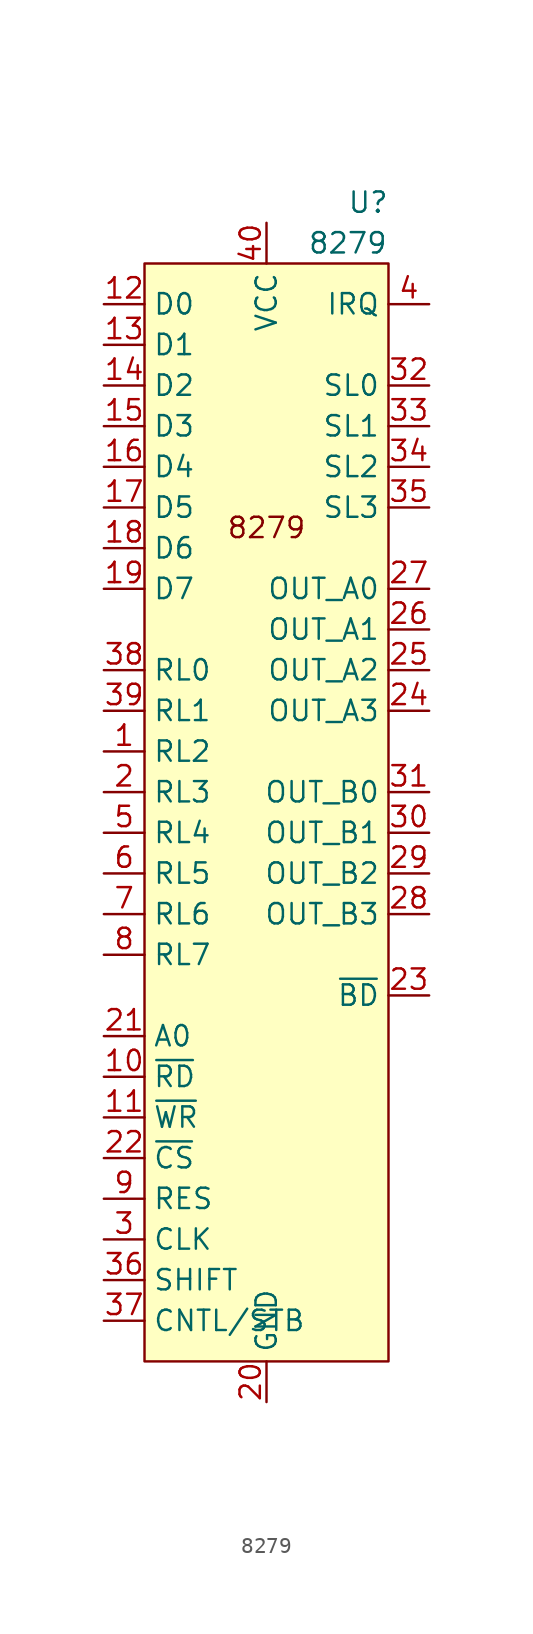
<source format=kicad_sym>
(kicad_symbol_lib
  (version 20220914)
  (generator kicad_symbol_editor)
  (symbol "8279"
    (property "Reference" "U"
      (at 6.35 38.1 0)
      (effects (font (size 1.27 1.27))))
    (property "Value" "8279"
      (at 5.08 35.56 0)
      (effects (font (size 1.27 1.27))))
    (symbol "8279_1_1"
      (rectangle (start -7.62 34.29) (end 7.62 -34.29) (stroke (width 0) (type default)) (fill (type background)))
      (text "8279" (at 0 17.78 0) (effects (font (size 1.27 1.27))))
      (pin input line (at -10.16 3.81 0) (length 2.54) (name "RL2" (effects (font (size 1.27 1.27)))) (number "1" (effects (font (size 1.27 1.27)))))
      (pin input line (at -10.16 -16.51 0) (length 2.54) (name "~{RD}" (effects (font (size 1.27 1.27)))) (number "10" (effects (font (size 1.27 1.27)))))
      (pin input line (at -10.16 -19.05 0) (length 2.54) (name "~{WR}" (effects (font (size 1.27 1.27)))) (number "11" (effects (font (size 1.27 1.27)))))
      (pin bidirectional line (at -10.16 31.75 0) (length 2.54) (name "D0" (effects (font (size 1.27 1.27)))) (number "12" (effects (font (size 1.27 1.27)))))
      (pin bidirectional line (at -10.16 29.21 0) (length 2.54) (name "D1" (effects (font (size 1.27 1.27)))) (number "13" (effects (font (size 1.27 1.27)))))
      (pin bidirectional line (at -10.16 26.67 0) (length 2.54) (name "D2" (effects (font (size 1.27 1.27)))) (number "14" (effects (font (size 1.27 1.27)))))
      (pin bidirectional line (at -10.16 24.13 0) (length 2.54) (name "D3" (effects (font (size 1.27 1.27)))) (number "15" (effects (font (size 1.27 1.27)))))
      (pin bidirectional line (at -10.16 21.59 0) (length 2.54) (name "D4" (effects (font (size 1.27 1.27)))) (number "16" (effects (font (size 1.27 1.27)))))
      (pin bidirectional line (at -10.16 19.05 0) (length 2.54) (name "D5" (effects (font (size 1.27 1.27)))) (number "17" (effects (font (size 1.27 1.27)))))
      (pin bidirectional line (at -10.16 16.51 0) (length 2.54) (name "D6" (effects (font (size 1.27 1.27)))) (number "18" (effects (font (size 1.27 1.27)))))
      (pin bidirectional line (at -10.16 13.97 0) (length 2.54) (name "D7" (effects (font (size 1.27 1.27)))) (number "19" (effects (font (size 1.27 1.27)))))
      (pin input line (at -10.16 1.27 0) (length 2.54) (name "RL3" (effects (font (size 1.27 1.27)))) (number "2" (effects (font (size 1.27 1.27)))))
      (pin power_in line (at 0 -36.83 90) (length 2.54) (name "GND" (effects (font (size 1.27 1.27)))) (number "20" (effects (font (size 1.27 1.27)))))
      (pin input line (at -10.16 -13.97 0) (length 2.54) (name "A0" (effects (font (size 1.27 1.27)))) (number "21" (effects (font (size 1.27 1.27)))))
      (pin input line (at -10.16 -21.59 0) (length 2.54) (name "~{CS}" (effects (font (size 1.27 1.27)))) (number "22" (effects (font (size 1.27 1.27)))))
      (pin output line (at 10.16 -11.43 180) (length 2.54) (name "~{BD}" (effects (font (size 1.27 1.27)))) (number "23" (effects (font (size 1.27 1.27)))))
      (pin output line (at 10.16 6.35 180) (length 2.54) (name "OUT_A3" (effects (font (size 1.27 1.27)))) (number "24" (effects (font (size 1.27 1.27)))))
      (pin output line (at 10.16 8.89 180) (length 2.54) (name "OUT_A2" (effects (font (size 1.27 1.27)))) (number "25" (effects (font (size 1.27 1.27)))))
      (pin output line (at 10.16 11.43 180) (length 2.54) (name "OUT_A1" (effects (font (size 1.27 1.27)))) (number "26" (effects (font (size 1.27 1.27)))))
      (pin output line (at 10.16 13.97 180) (length 2.54) (name "OUT_A0" (effects (font (size 1.27 1.27)))) (number "27" (effects (font (size 1.27 1.27)))))
      (pin output line (at 10.16 -6.35 180) (length 2.54) (name "OUT_B3" (effects (font (size 1.27 1.27)))) (number "28" (effects (font (size 1.27 1.27)))))
      (pin output line (at 10.16 -3.81 180) (length 2.54) (name "OUT_B2" (effects (font (size 1.27 1.27)))) (number "29" (effects (font (size 1.27 1.27)))))
      (pin input line (at -10.16 -26.67 0) (length 2.54) (name "CLK" (effects (font (size 1.27 1.27)))) (number "3" (effects (font (size 1.27 1.27)))))
      (pin output line (at 10.16 -1.27 180) (length 2.54) (name "OUT_B1" (effects (font (size 1.27 1.27)))) (number "30" (effects (font (size 1.27 1.27)))))
      (pin output line (at 10.16 1.27 180) (length 2.54) (name "OUT_B0" (effects (font (size 1.27 1.27)))) (number "31" (effects (font (size 1.27 1.27)))))
      (pin output line (at 10.16 26.67 180) (length 2.54) (name "SL0" (effects (font (size 1.27 1.27)))) (number "32" (effects (font (size 1.27 1.27)))))
      (pin output line (at 10.16 24.13 180) (length 2.54) (name "SL1" (effects (font (size 1.27 1.27)))) (number "33" (effects (font (size 1.27 1.27)))))
      (pin output line (at 10.16 21.59 180) (length 2.54) (name "SL2" (effects (font (size 1.27 1.27)))) (number "34" (effects (font (size 1.27 1.27)))))
      (pin output line (at 10.16 19.05 180) (length 2.54) (name "SL3" (effects (font (size 1.27 1.27)))) (number "35" (effects (font (size 1.27 1.27)))))
      (pin input line (at -10.16 -29.21 0) (length 2.54) (name "SHIFT" (effects (font (size 1.27 1.27)))) (number "36" (effects (font (size 1.27 1.27)))))
      (pin input line (at -10.16 -31.75 0) (length 2.54) (name "CNTL/STB" (effects (font (size 1.27 1.27)))) (number "37" (effects (font (size 1.27 1.27)))))
      (pin input line (at -10.16 8.89 0) (length 2.54) (name "RL0" (effects (font (size 1.27 1.27)))) (number "38" (effects (font (size 1.27 1.27)))))
      (pin input line (at -10.16 6.35 0) (length 2.54) (name "RL1" (effects (font (size 1.27 1.27)))) (number "39" (effects (font (size 1.27 1.27)))))
      (pin output line (at 10.16 31.75 180) (length 2.54) (name "IRQ" (effects (font (size 1.27 1.27)))) (number "4" (effects (font (size 1.27 1.27)))))
      (pin power_in line (at 0 36.83 270) (length 2.54) (name "VCC" (effects (font (size 1.27 1.27)))) (number "40" (effects (font (size 1.27 1.27)))))
      (pin input line (at -10.16 -1.27 0) (length 2.54) (name "RL4" (effects (font (size 1.27 1.27)))) (number "5" (effects (font (size 1.27 1.27)))))
      (pin input line (at -10.16 -3.81 0) (length 2.54) (name "RL5" (effects (font (size 1.27 1.27)))) (number "6" (effects (font (size 1.27 1.27)))))
      (pin input line (at -10.16 -6.35 0) (length 2.54) (name "RL6" (effects (font (size 1.27 1.27)))) (number "7" (effects (font (size 1.27 1.27)))))
      (pin input line (at -10.16 -8.89 0) (length 2.54) (name "RL7" (effects (font (size 1.27 1.27)))) (number "8" (effects (font (size 1.27 1.27)))))
      (pin input line (at -10.16 -24.13 0) (length 2.54) (name "RES" (effects (font (size 1.27 1.27)))) (number "9" (effects (font (size 1.27 1.27))))))))
</source>
